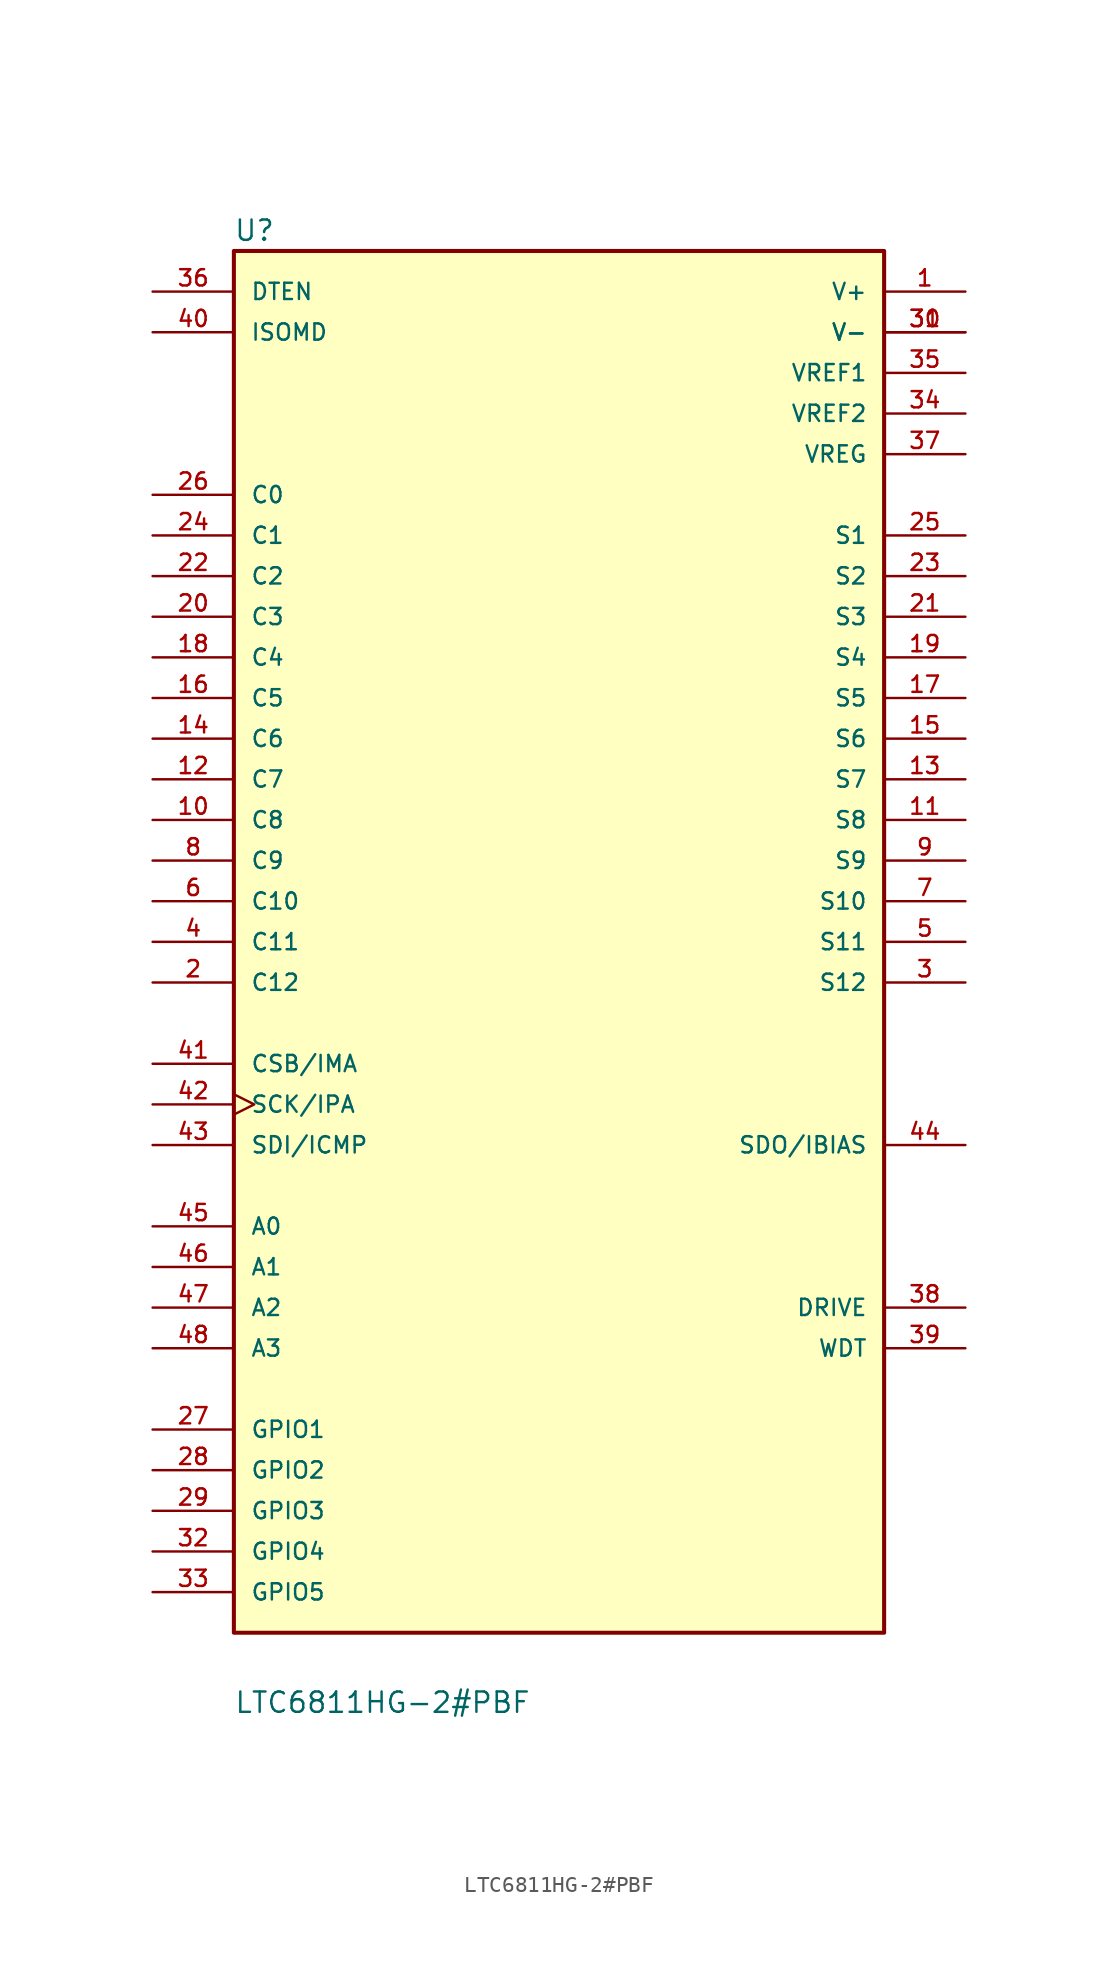
<source format=kicad_sym>
(kicad_symbol_lib
  (version 20211014)
  (generator kicad_symbol_editor)
  (symbol "LTC6811HG-2#PBF"
    (pin_names
      (offset 1.016))
    (property "Reference" "U"
      (at -20.345 43.713 0)
      (effects (font (size 1.27 1.27)) (justify left bottom)))
    (property "Value" "LTC6811HG-2#PBF"
      (at -20.32 -48.285 0)
      (effects (font (size 1.27 1.27)) (justify left bottom)))
    (property "ki_locked" ""
      (at 0 0 0)
      (effects (font (size 1.27 1.27))))
    (symbol "LTC6811HG-2#PBF_0_0"
      (rectangle (start -20.32 -43.18) (end 20.32 43.18) (stroke (width 0.254) (type default) (color 0 0 0 0)) (fill (type background)))
      (pin power_in line (at 25.4 40.64 180) (length 5.08) (name "V+" (effects (font (size 1.016 1.016)))) (number "1" (effects (font (size 1.016 1.016)))))
      (pin input line (at -25.4 7.62 0) (length 5.08) (name "C8" (effects (font (size 1.016 1.016)))) (number "10" (effects (font (size 1.016 1.016)))))
      (pin bidirectional line (at 25.4 7.62 180) (length 5.08) (name "S8" (effects (font (size 1.016 1.016)))) (number "11" (effects (font (size 1.016 1.016)))))
      (pin input line (at -25.4 10.16 0) (length 5.08) (name "C7" (effects (font (size 1.016 1.016)))) (number "12" (effects (font (size 1.016 1.016)))))
      (pin bidirectional line (at 25.4 10.16 180) (length 5.08) (name "S7" (effects (font (size 1.016 1.016)))) (number "13" (effects (font (size 1.016 1.016)))))
      (pin input line (at -25.4 12.7 0) (length 5.08) (name "C6" (effects (font (size 1.016 1.016)))) (number "14" (effects (font (size 1.016 1.016)))))
      (pin bidirectional line (at 25.4 12.7 180) (length 5.08) (name "S6" (effects (font (size 1.016 1.016)))) (number "15" (effects (font (size 1.016 1.016)))))
      (pin input line (at -25.4 15.24 0) (length 5.08) (name "C5" (effects (font (size 1.016 1.016)))) (number "16" (effects (font (size 1.016 1.016)))))
      (pin bidirectional line (at 25.4 15.24 180) (length 5.08) (name "S5" (effects (font (size 1.016 1.016)))) (number "17" (effects (font (size 1.016 1.016)))))
      (pin input line (at -25.4 17.78 0) (length 5.08) (name "C4" (effects (font (size 1.016 1.016)))) (number "18" (effects (font (size 1.016 1.016)))))
      (pin bidirectional line (at 25.4 17.78 180) (length 5.08) (name "S4" (effects (font (size 1.016 1.016)))) (number "19" (effects (font (size 1.016 1.016)))))
      (pin input line (at -25.4 -2.54 0) (length 5.08) (name "C12" (effects (font (size 1.016 1.016)))) (number "2" (effects (font (size 1.016 1.016)))))
      (pin input line (at -25.4 20.32 0) (length 5.08) (name "C3" (effects (font (size 1.016 1.016)))) (number "20" (effects (font (size 1.016 1.016)))))
      (pin bidirectional line (at 25.4 20.32 180) (length 5.08) (name "S3" (effects (font (size 1.016 1.016)))) (number "21" (effects (font (size 1.016 1.016)))))
      (pin input line (at -25.4 22.86 0) (length 5.08) (name "C2" (effects (font (size 1.016 1.016)))) (number "22" (effects (font (size 1.016 1.016)))))
      (pin bidirectional line (at 25.4 22.86 180) (length 5.08) (name "S2" (effects (font (size 1.016 1.016)))) (number "23" (effects (font (size 1.016 1.016)))))
      (pin input line (at -25.4 25.4 0) (length 5.08) (name "C1" (effects (font (size 1.016 1.016)))) (number "24" (effects (font (size 1.016 1.016)))))
      (pin bidirectional line (at 25.4 25.4 180) (length 5.08) (name "S1" (effects (font (size 1.016 1.016)))) (number "25" (effects (font (size 1.016 1.016)))))
      (pin input line (at -25.4 27.94 0) (length 5.08) (name "C0" (effects (font (size 1.016 1.016)))) (number "26" (effects (font (size 1.016 1.016)))))
      (pin bidirectional line (at -25.4 -30.48 0) (length 5.08) (name "GPIO1" (effects (font (size 1.016 1.016)))) (number "27" (effects (font (size 1.016 1.016)))))
      (pin bidirectional line (at -25.4 -33.02 0) (length 5.08) (name "GPIO2" (effects (font (size 1.016 1.016)))) (number "28" (effects (font (size 1.016 1.016)))))
      (pin bidirectional line (at -25.4 -35.56 0) (length 5.08) (name "GPIO3" (effects (font (size 1.016 1.016)))) (number "29" (effects (font (size 1.016 1.016)))))
      (pin bidirectional line (at 25.4 -2.54 180) (length 5.08) (name "S12" (effects (font (size 1.016 1.016)))) (number "3" (effects (font (size 1.016 1.016)))))
      (pin power_in line (at 25.4 38.1 180) (length 5.08) (name "V-" (effects (font (size 1.016 1.016)))) (number "30" (effects (font (size 1.016 1.016)))))
      (pin power_in line (at 25.4 38.1 180) (length 5.08) (name "V-" (effects (font (size 1.016 1.016)))) (number "31" (effects (font (size 1.016 1.016)))))
      (pin bidirectional line (at -25.4 -38.1 0) (length 5.08) (name "GPIO4" (effects (font (size 1.016 1.016)))) (number "32" (effects (font (size 1.016 1.016)))))
      (pin bidirectional line (at -25.4 -40.64 0) (length 5.08) (name "GPIO5" (effects (font (size 1.016 1.016)))) (number "33" (effects (font (size 1.016 1.016)))))
      (pin power_in line (at 25.4 33.02 180) (length 5.08) (name "VREF2" (effects (font (size 1.016 1.016)))) (number "34" (effects (font (size 1.016 1.016)))))
      (pin power_in line (at 25.4 35.56 180) (length 5.08) (name "VREF1" (effects (font (size 1.016 1.016)))) (number "35" (effects (font (size 1.016 1.016)))))
      (pin input line (at -25.4 40.64 0) (length 5.08) (name "DTEN" (effects (font (size 1.016 1.016)))) (number "36" (effects (font (size 1.016 1.016)))))
      (pin power_in line (at 25.4 30.48 180) (length 5.08) (name "VREG" (effects (font (size 1.016 1.016)))) (number "37" (effects (font (size 1.016 1.016)))))
      (pin output line (at 25.4 -22.86 180) (length 5.08) (name "DRIVE" (effects (font (size 1.016 1.016)))) (number "38" (effects (font (size 1.016 1.016)))))
      (pin output line (at 25.4 -25.4 180) (length 5.08) (name "WDT" (effects (font (size 1.016 1.016)))) (number "39" (effects (font (size 1.016 1.016)))))
      (pin input line (at -25.4 0 0) (length 5.08) (name "C11" (effects (font (size 1.016 1.016)))) (number "4" (effects (font (size 1.016 1.016)))))
      (pin input line (at -25.4 38.1 0) (length 5.08) (name "ISOMD" (effects (font (size 1.016 1.016)))) (number "40" (effects (font (size 1.016 1.016)))))
      (pin input line (at -25.4 -7.62 0) (length 5.08) (name "CSB/IMA" (effects (font (size 1.016 1.016)))) (number "41" (effects (font (size 1.016 1.016)))))
      (pin input clock (at -25.4 -10.16 0) (length 5.08) (name "SCK/IPA" (effects (font (size 1.016 1.016)))) (number "42" (effects (font (size 1.016 1.016)))))
      (pin input line (at -25.4 -12.7 0) (length 5.08) (name "SDI/ICMP" (effects (font (size 1.016 1.016)))) (number "43" (effects (font (size 1.016 1.016)))))
      (pin output line (at 25.4 -12.7 180) (length 5.08) (name "SDO/IBIAS" (effects (font (size 1.016 1.016)))) (number "44" (effects (font (size 1.016 1.016)))))
      (pin input line (at -25.4 -17.78 0) (length 5.08) (name "A0" (effects (font (size 1.016 1.016)))) (number "45" (effects (font (size 1.016 1.016)))))
      (pin input line (at -25.4 -20.32 0) (length 5.08) (name "A1" (effects (font (size 1.016 1.016)))) (number "46" (effects (font (size 1.016 1.016)))))
      (pin input line (at -25.4 -22.86 0) (length 5.08) (name "A2" (effects (font (size 1.016 1.016)))) (number "47" (effects (font (size 1.016 1.016)))))
      (pin input line (at -25.4 -25.4 0) (length 5.08) (name "A3" (effects (font (size 1.016 1.016)))) (number "48" (effects (font (size 1.016 1.016)))))
      (pin bidirectional line (at 25.4 0 180) (length 5.08) (name "S11" (effects (font (size 1.016 1.016)))) (number "5" (effects (font (size 1.016 1.016)))))
      (pin input line (at -25.4 2.54 0) (length 5.08) (name "C10" (effects (font (size 1.016 1.016)))) (number "6" (effects (font (size 1.016 1.016)))))
      (pin bidirectional line (at 25.4 2.54 180) (length 5.08) (name "S10" (effects (font (size 1.016 1.016)))) (number "7" (effects (font (size 1.016 1.016)))))
      (pin input line (at -25.4 5.08 0) (length 5.08) (name "C9" (effects (font (size 1.016 1.016)))) (number "8" (effects (font (size 1.016 1.016)))))
      (pin bidirectional line (at 25.4 5.08 180) (length 5.08) (name "S9" (effects (font (size 1.016 1.016)))) (number "9" (effects (font (size 1.016 1.016))))))))
</source>
